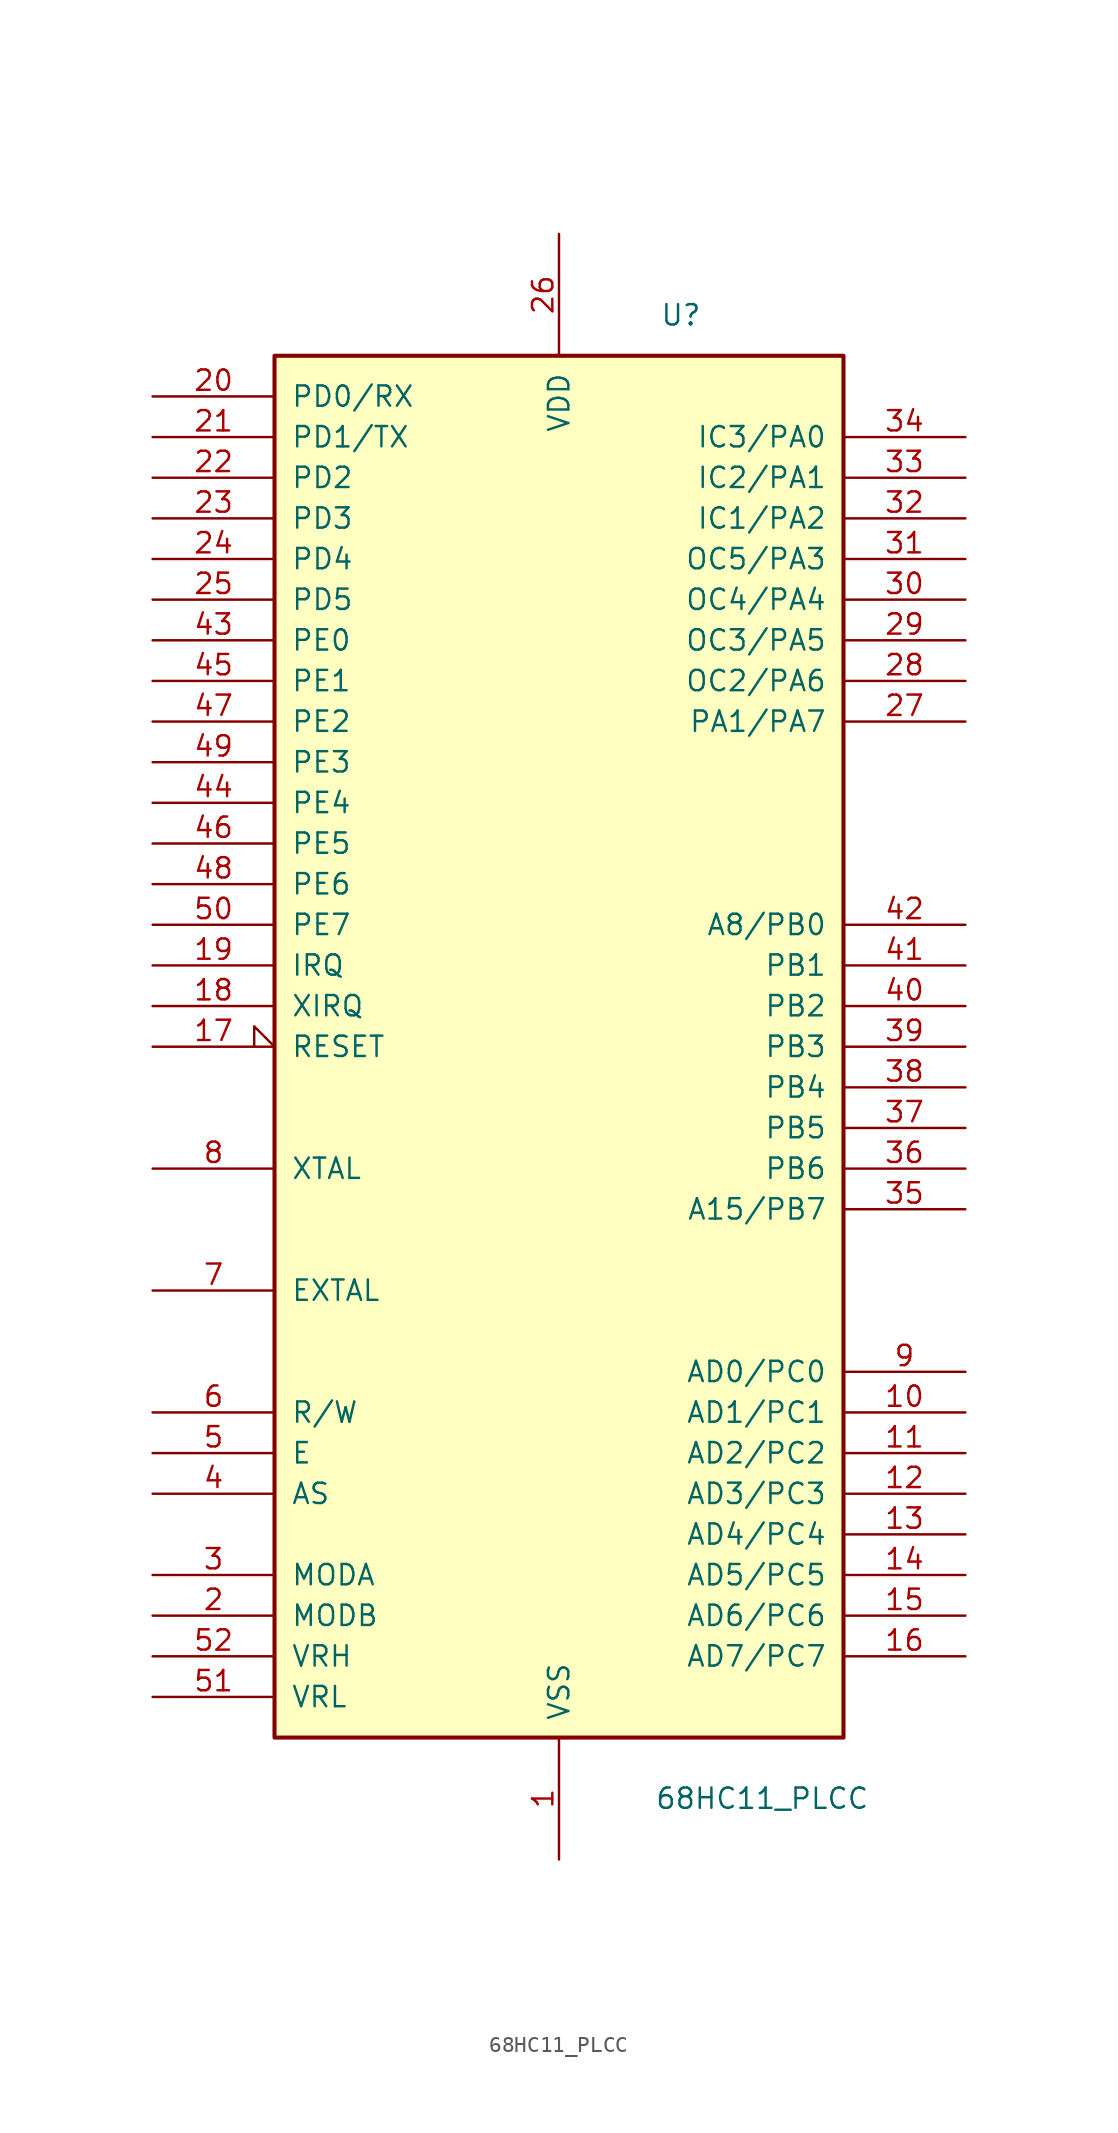
<source format=kicad_sym>
(kicad_symbol_lib
  (version 20241209)
  (generator "kicad_symbol_editor")
  (generator_version "9.0")
  (symbol "68HC11_PLCC"
    (pin_names
      (offset 1.016))
    (property "Reference" "U"
      (at 7.62 45.72 0)
      (effects (font (size 1.27 1.27))))
    (property "Value" "68HC11_PLCC"
      (at 12.7 -46.99 0)
      (effects (font (size 1.27 1.27))))
    (symbol "68HC11_PLCC_0_1"
      (rectangle (start -17.78 -43.18) (end 17.78 43.18) (stroke (width 0.254) (type default)) (fill (type background))))
    (symbol "68HC11_PLCC_1_1"
      (pin bidirectional line (at -25.4 40.64 0) (length 7.62) (name "PD0/RX" (effects (font (size 1.27 1.27)))) (number "20" (effects (font (size 1.27 1.27)))))
      (pin bidirectional line (at -25.4 38.1 0) (length 7.62) (name "PD1/TX" (effects (font (size 1.27 1.27)))) (number "21" (effects (font (size 1.27 1.27)))))
      (pin bidirectional line (at -25.4 35.56 0) (length 7.62) (name "PD2" (effects (font (size 1.27 1.27)))) (number "22" (effects (font (size 1.27 1.27)))))
      (pin input line (at -25.4 33.02 0) (length 7.62) (name "PD3" (effects (font (size 1.27 1.27)))) (number "23" (effects (font (size 1.27 1.27)))))
      (pin bidirectional line (at -25.4 30.48 0) (length 7.62) (name "PD4" (effects (font (size 1.27 1.27)))) (number "24" (effects (font (size 1.27 1.27)))))
      (pin bidirectional line (at -25.4 27.94 0) (length 7.62) (name "PD5" (effects (font (size 1.27 1.27)))) (number "25" (effects (font (size 1.27 1.27)))))
      (pin input line (at -25.4 25.4 0) (length 7.62) (name "PE0" (effects (font (size 1.27 1.27)))) (number "43" (effects (font (size 1.27 1.27)))))
      (pin input line (at -25.4 22.86 0) (length 7.62) (name "PE1" (effects (font (size 1.27 1.27)))) (number "45" (effects (font (size 1.27 1.27)))))
      (pin input line (at -25.4 20.32 0) (length 7.62) (name "PE2" (effects (font (size 1.27 1.27)))) (number "47" (effects (font (size 1.27 1.27)))))
      (pin input line (at -25.4 17.78 0) (length 7.62) (name "PE3" (effects (font (size 1.27 1.27)))) (number "49" (effects (font (size 1.27 1.27)))))
      (pin input line (at -25.4 15.24 0) (length 7.62) (name "PE4" (effects (font (size 1.27 1.27)))) (number "44" (effects (font (size 1.27 1.27)))))
      (pin input line (at -25.4 12.7 0) (length 7.62) (name "PE5" (effects (font (size 1.27 1.27)))) (number "46" (effects (font (size 1.27 1.27)))))
      (pin input line (at -25.4 10.16 0) (length 7.62) (name "PE6" (effects (font (size 1.27 1.27)))) (number "48" (effects (font (size 1.27 1.27)))))
      (pin input line (at -25.4 7.62 0) (length 7.62) (name "PE7" (effects (font (size 1.27 1.27)))) (number "50" (effects (font (size 1.27 1.27)))))
      (pin input line (at -25.4 5.08 0) (length 7.62) (name "IRQ" (effects (font (size 1.27 1.27)))) (number "19" (effects (font (size 1.27 1.27)))))
      (pin input line (at -25.4 2.54 0) (length 7.62) (name "XIRQ" (effects (font (size 1.27 1.27)))) (number "18" (effects (font (size 1.27 1.27)))))
      (pin input input_low (at -25.4 0 0) (length 7.62) (name "RESET" (effects (font (size 1.27 1.27)))) (number "17" (effects (font (size 1.27 1.27)))))
      (pin output line (at -25.4 -7.62 0) (length 7.62) (name "XTAL" (effects (font (size 1.27 1.27)))) (number "8" (effects (font (size 1.27 1.27)))))
      (pin input line (at -25.4 -15.24 0) (length 7.62) (name "EXTAL" (effects (font (size 1.27 1.27)))) (number "7" (effects (font (size 1.27 1.27)))))
      (pin output line (at -25.4 -22.86 0) (length 7.62) (name "R/W" (effects (font (size 1.27 1.27)))) (number "6" (effects (font (size 1.27 1.27)))))
      (pin output line (at -25.4 -25.4 0) (length 7.62) (name "E" (effects (font (size 1.27 1.27)))) (number "5" (effects (font (size 1.27 1.27)))))
      (pin output line (at -25.4 -27.94 0) (length 7.62) (name "AS" (effects (font (size 1.27 1.27)))) (number "4" (effects (font (size 1.27 1.27)))))
      (pin input line (at -25.4 -33.02 0) (length 7.62) (name "MODA" (effects (font (size 1.27 1.27)))) (number "3" (effects (font (size 1.27 1.27)))))
      (pin input line (at -25.4 -35.56 0) (length 7.62) (name "MODB" (effects (font (size 1.27 1.27)))) (number "2" (effects (font (size 1.27 1.27)))))
      (pin passive line (at -25.4 -38.1 0) (length 7.62) (name "VRH" (effects (font (size 1.27 1.27)))) (number "52" (effects (font (size 1.27 1.27)))))
      (pin passive line (at -25.4 -40.64 0) (length 7.62) (name "VRL" (effects (font (size 1.27 1.27)))) (number "51" (effects (font (size 1.27 1.27)))))
      (pin power_in line (at 0 50.8 270) (length 7.62) (name "VDD" (effects (font (size 1.27 1.27)))) (number "26" (effects (font (size 1.27 1.27)))))
      (pin power_in line (at 0 -50.8 90) (length 7.62) (name "VSS" (effects (font (size 1.27 1.27)))) (number "1" (effects (font (size 1.27 1.27)))))
      (pin input line (at 25.4 38.1 180) (length 7.62) (name "IC3/PA0" (effects (font (size 1.27 1.27)))) (number "34" (effects (font (size 1.27 1.27)))))
      (pin input line (at 25.4 35.56 180) (length 7.62) (name "IC2/PA1" (effects (font (size 1.27 1.27)))) (number "33" (effects (font (size 1.27 1.27)))))
      (pin input line (at 25.4 33.02 180) (length 7.62) (name "IC1/PA2" (effects (font (size 1.27 1.27)))) (number "32" (effects (font (size 1.27 1.27)))))
      (pin output line (at 25.4 30.48 180) (length 7.62) (name "OC5/PA3" (effects (font (size 1.27 1.27)))) (number "31" (effects (font (size 1.27 1.27)))))
      (pin output line (at 25.4 27.94 180) (length 7.62) (name "OC4/PA4" (effects (font (size 1.27 1.27)))) (number "30" (effects (font (size 1.27 1.27)))))
      (pin output line (at 25.4 25.4 180) (length 7.62) (name "OC3/PA5" (effects (font (size 1.27 1.27)))) (number "29" (effects (font (size 1.27 1.27)))))
      (pin output line (at 25.4 22.86 180) (length 7.62) (name "OC2/PA6" (effects (font (size 1.27 1.27)))) (number "28" (effects (font (size 1.27 1.27)))))
      (pin input line (at 25.4 20.32 180) (length 7.62) (name "PA1/PA7" (effects (font (size 1.27 1.27)))) (number "27" (effects (font (size 1.27 1.27)))))
      (pin output line (at 25.4 7.62 180) (length 7.62) (name "A8/PB0" (effects (font (size 1.27 1.27)))) (number "42" (effects (font (size 1.27 1.27)))))
      (pin output line (at 25.4 5.08 180) (length 7.62) (name "PB1" (effects (font (size 1.27 1.27)))) (number "41" (effects (font (size 1.27 1.27)))))
      (pin output line (at 25.4 2.54 180) (length 7.62) (name "PB2" (effects (font (size 1.27 1.27)))) (number "40" (effects (font (size 1.27 1.27)))))
      (pin output line (at 25.4 0 180) (length 7.62) (name "PB3" (effects (font (size 1.27 1.27)))) (number "39" (effects (font (size 1.27 1.27)))))
      (pin output line (at 25.4 -2.54 180) (length 7.62) (name "PB4" (effects (font (size 1.27 1.27)))) (number "38" (effects (font (size 1.27 1.27)))))
      (pin output line (at 25.4 -5.08 180) (length 7.62) (name "PB5" (effects (font (size 1.27 1.27)))) (number "37" (effects (font (size 1.27 1.27)))))
      (pin output line (at 25.4 -7.62 180) (length 7.62) (name "PB6" (effects (font (size 1.27 1.27)))) (number "36" (effects (font (size 1.27 1.27)))))
      (pin output line (at 25.4 -10.16 180) (length 7.62) (name "A15/PB7" (effects (font (size 1.27 1.27)))) (number "35" (effects (font (size 1.27 1.27)))))
      (pin tri_state line (at 25.4 -20.32 180) (length 7.62) (name "AD0/PC0" (effects (font (size 1.27 1.27)))) (number "9" (effects (font (size 1.27 1.27)))))
      (pin tri_state line (at 25.4 -22.86 180) (length 7.62) (name "AD1/PC1" (effects (font (size 1.27 1.27)))) (number "10" (effects (font (size 1.27 1.27)))))
      (pin tri_state line (at 25.4 -25.4 180) (length 7.62) (name "AD2/PC2" (effects (font (size 1.27 1.27)))) (number "11" (effects (font (size 1.27 1.27)))))
      (pin tri_state line (at 25.4 -27.94 180) (length 7.62) (name "AD3/PC3" (effects (font (size 1.27 1.27)))) (number "12" (effects (font (size 1.27 1.27)))))
      (pin tri_state line (at 25.4 -30.48 180) (length 7.62) (name "AD4/PC4" (effects (font (size 1.27 1.27)))) (number "13" (effects (font (size 1.27 1.27)))))
      (pin tri_state line (at 25.4 -33.02 180) (length 7.62) (name "AD5/PC5" (effects (font (size 1.27 1.27)))) (number "14" (effects (font (size 1.27 1.27)))))
      (pin tri_state line (at 25.4 -35.56 180) (length 7.62) (name "AD6/PC6" (effects (font (size 1.27 1.27)))) (number "15" (effects (font (size 1.27 1.27)))))
      (pin tri_state line (at 25.4 -38.1 180) (length 7.62) (name "AD7/PC7" (effects (font (size 1.27 1.27)))) (number "16" (effects (font (size 1.27 1.27))))))))
</source>
